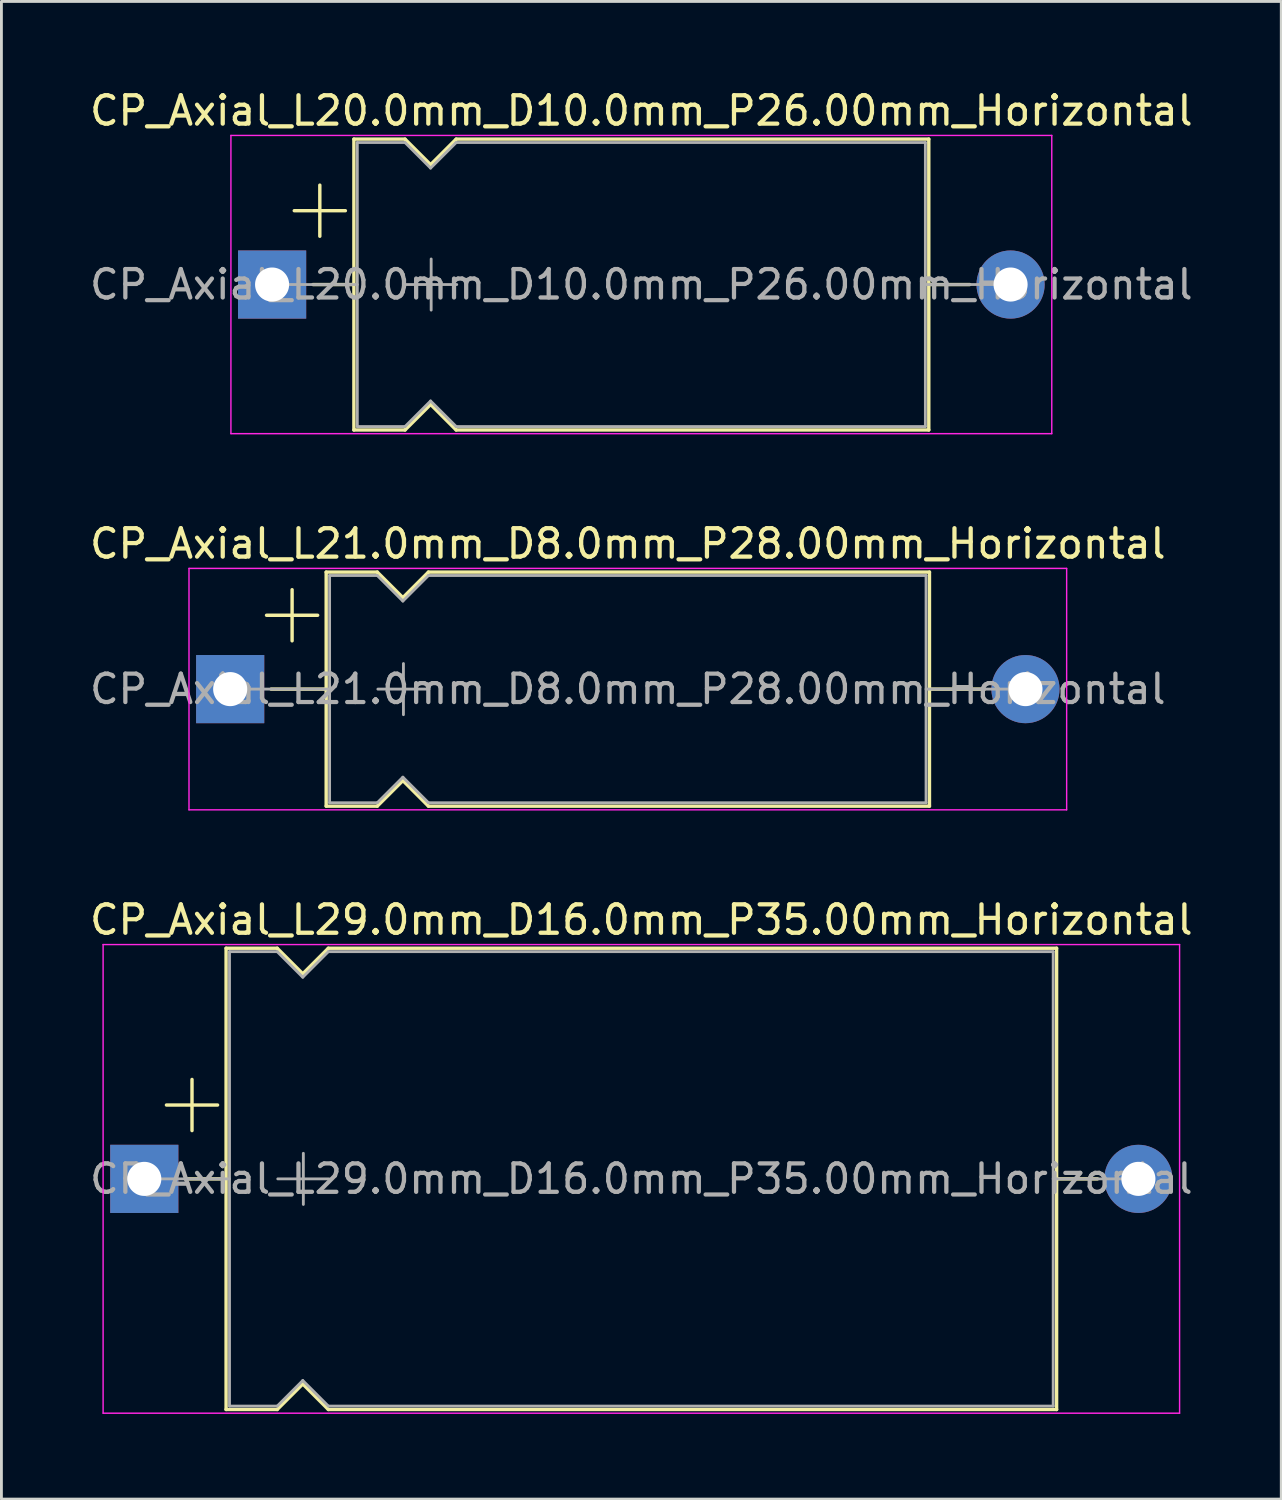
<source format=kicad_pcb>
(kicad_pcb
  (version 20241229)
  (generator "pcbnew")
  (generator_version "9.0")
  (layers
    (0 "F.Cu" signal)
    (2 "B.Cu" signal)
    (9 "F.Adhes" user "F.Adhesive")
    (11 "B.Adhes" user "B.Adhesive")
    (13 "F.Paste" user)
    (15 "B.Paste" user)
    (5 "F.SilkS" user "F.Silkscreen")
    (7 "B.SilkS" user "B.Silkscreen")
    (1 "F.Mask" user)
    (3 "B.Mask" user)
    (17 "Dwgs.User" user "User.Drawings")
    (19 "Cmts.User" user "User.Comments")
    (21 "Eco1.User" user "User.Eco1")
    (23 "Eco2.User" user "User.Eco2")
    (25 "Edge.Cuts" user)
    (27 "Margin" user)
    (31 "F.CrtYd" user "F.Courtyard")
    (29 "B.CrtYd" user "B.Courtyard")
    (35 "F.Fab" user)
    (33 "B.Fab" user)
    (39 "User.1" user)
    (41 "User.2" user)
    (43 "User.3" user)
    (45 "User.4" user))
  (footprint "CP_Axial_L21.0mm_D8.0mm_P28.00mm_Horizontal"
    (layer "F.Cu")
    (at 5.054 21.212)
    (property "Reference" "CP_Axial_L21.0mm_D8.0mm_P28.00mm_Horizontal" (at 14 -5.12 0) (layer "F.SilkS") (effects (font (size 1 1) (thickness 0.15))))
    (attr through_hole)
    (fp_line (start 1.28 -2.6) (end 3.08 -2.6) (stroke (width 0.12) (type solid)) (layer "F.SilkS"))
    (fp_line (start 1.44 0) (end 3.38 0) (stroke (width 0.12) (type solid)) (layer "F.SilkS"))
    (fp_line (start 2.18 -3.5) (end 2.18 -1.7) (stroke (width 0.12) (type solid)) (layer "F.SilkS"))
    (fp_line (start 3.38 -4.12) (end 3.38 4.12) (stroke (width 0.12) (type solid)) (layer "F.SilkS"))
    (fp_line (start 3.38 -4.12) (end 5.18 -4.12) (stroke (width 0.12) (type solid)) (layer "F.SilkS"))
    (fp_line (start 3.38 4.12) (end 5.18 4.12) (stroke (width 0.12) (type solid)) (layer "F.SilkS"))
    (fp_line (start 5.18 -4.12) (end 6.08 -3.22) (stroke (width 0.12) (type solid)) (layer "F.SilkS"))
    (fp_line (start 5.18 4.12) (end 6.08 3.22) (stroke (width 0.12) (type solid)) (layer "F.SilkS"))
    (fp_line (start 6.08 -3.22) (end 6.98 -4.12) (stroke (width 0.12) (type solid)) (layer "F.SilkS"))
    (fp_line (start 6.08 3.22) (end 6.98 4.12) (stroke (width 0.12) (type solid)) (layer "F.SilkS"))
    (fp_line (start 6.98 -4.12) (end 24.62 -4.12) (stroke (width 0.12) (type solid)) (layer "F.SilkS"))
    (fp_line (start 6.98 4.12) (end 24.62 4.12) (stroke (width 0.12) (type solid)) (layer "F.SilkS"))
    (fp_line (start 24.62 -4.12) (end 24.62 4.12) (stroke (width 0.12) (type solid)) (layer "F.SilkS"))
    (fp_line (start 26.56 0) (end 24.62 0) (stroke (width 0.12) (type solid)) (layer "F.SilkS"))
    (fp_line (start -1.45 -4.25) (end -1.45 4.25) (stroke (width 0.05) (type solid)) (layer "F.CrtYd"))
    (fp_line (start -1.45 4.25) (end 29.45 4.25) (stroke (width 0.05) (type solid)) (layer "F.CrtYd"))
    (fp_line (start 29.45 -4.25) (end -1.45 -4.25) (stroke (width 0.05) (type solid)) (layer "F.CrtYd"))
    (fp_line (start 29.45 4.25) (end 29.45 -4.25) (stroke (width 0.05) (type solid)) (layer "F.CrtYd"))
    (fp_line (start 0 0) (end 3.5 0) (stroke (width 0.1) (type solid)) (layer "F.Fab"))
    (fp_line (start 3.5 -4) (end 3.5 4) (stroke (width 0.1) (type solid)) (layer "F.Fab"))
    (fp_line (start 3.5 -4) (end 5.18 -4) (stroke (width 0.1) (type solid)) (layer "F.Fab"))
    (fp_line (start 3.5 4) (end 5.18 4) (stroke (width 0.1) (type solid)) (layer "F.Fab"))
    (fp_line (start 5.18 -4) (end 6.08 -3.1) (stroke (width 0.1) (type solid)) (layer "F.Fab"))
    (fp_line (start 5.18 4) (end 6.08 3.1) (stroke (width 0.1) (type solid)) (layer "F.Fab"))
    (fp_line (start 5.2 0) (end 7 0) (stroke (width 0.1) (type solid)) (layer "F.Fab"))
    (fp_line (start 6.08 -3.1) (end 6.98 -4) (stroke (width 0.1) (type solid)) (layer "F.Fab"))
    (fp_line (start 6.08 3.1) (end 6.98 4) (stroke (width 0.1) (type solid)) (layer "F.Fab"))
    (fp_line (start 6.1 -0.9) (end 6.1 0.9) (stroke (width 0.1) (type solid)) (layer "F.Fab"))
    (fp_line (start 6.98 -4) (end 24.5 -4) (stroke (width 0.1) (type solid)) (layer "F.Fab"))
    (fp_line (start 6.98 4) (end 24.5 4) (stroke (width 0.1) (type solid)) (layer "F.Fab"))
    (fp_line (start 24.5 -4) (end 24.5 4) (stroke (width 0.1) (type solid)) (layer "F.Fab"))
    (fp_line (start 28 0) (end 24.5 0) (stroke (width 0.1) (type solid)) (layer "F.Fab"))
    (fp_text user "${REFERENCE}" (at 14 0 0) (layer "F.Fab") (effects (font (size 1 1) (thickness 0.15))))
    (pad "1" thru_hole rect (at 0 0) (size 2.4 2.4) (drill 1.2) (layers "*.Cu" "*.Mask"))
    (pad "2" thru_hole oval (at 28 0) (size 2.4 2.4) (drill 1.2) (layers "*.Cu" "*.Mask")))
  (footprint "CP_Axial_L29.0mm_D16.0mm_P35.00mm_Horizontal"
    (layer "F.Cu")
    (at 2.03 38.455)
    (property "Reference" "CP_Axial_L29.0mm_D16.0mm_P35.00mm_Horizontal" (at 17.5 -9.12 0) (layer "F.SilkS") (effects (font (size 1 1) (thickness 0.15))))
    (attr through_hole)
    (fp_line (start 0.78 -2.6) (end 2.58 -2.6) (stroke (width 0.12) (type solid)) (layer "F.SilkS"))
    (fp_line (start 1.44 0) (end 2.88 0) (stroke (width 0.12) (type solid)) (layer "F.SilkS"))
    (fp_line (start 1.68 -3.5) (end 1.68 -1.7) (stroke (width 0.12) (type solid)) (layer "F.SilkS"))
    (fp_line (start 2.88 -8.12) (end 2.88 8.12) (stroke (width 0.12) (type solid)) (layer "F.SilkS"))
    (fp_line (start 2.88 -8.12) (end 4.68 -8.12) (stroke (width 0.12) (type solid)) (layer "F.SilkS"))
    (fp_line (start 2.88 8.12) (end 4.68 8.12) (stroke (width 0.12) (type solid)) (layer "F.SilkS"))
    (fp_line (start 4.68 -8.12) (end 5.58 -7.22) (stroke (width 0.12) (type solid)) (layer "F.SilkS"))
    (fp_line (start 4.68 8.12) (end 5.58 7.22) (stroke (width 0.12) (type solid)) (layer "F.SilkS"))
    (fp_line (start 5.58 -7.22) (end 6.48 -8.12) (stroke (width 0.12) (type solid)) (layer "F.SilkS"))
    (fp_line (start 5.58 7.22) (end 6.48 8.12) (stroke (width 0.12) (type solid)) (layer "F.SilkS"))
    (fp_line (start 6.48 -8.12) (end 32.12 -8.12) (stroke (width 0.12) (type solid)) (layer "F.SilkS"))
    (fp_line (start 6.48 8.12) (end 32.12 8.12) (stroke (width 0.12) (type solid)) (layer "F.SilkS"))
    (fp_line (start 32.12 -8.12) (end 32.12 8.12) (stroke (width 0.12) (type solid)) (layer "F.SilkS"))
    (fp_line (start 33.56 0) (end 32.12 0) (stroke (width 0.12) (type solid)) (layer "F.SilkS"))
    (fp_line (start -1.45 -8.25) (end -1.45 8.25) (stroke (width 0.05) (type solid)) (layer "F.CrtYd"))
    (fp_line (start -1.45 8.25) (end 36.45 8.25) (stroke (width 0.05) (type solid)) (layer "F.CrtYd"))
    (fp_line (start 36.45 -8.25) (end -1.45 -8.25) (stroke (width 0.05) (type solid)) (layer "F.CrtYd"))
    (fp_line (start 36.45 8.25) (end 36.45 -8.25) (stroke (width 0.05) (type solid)) (layer "F.CrtYd"))
    (fp_line (start 0 0) (end 3 0) (stroke (width 0.1) (type solid)) (layer "F.Fab"))
    (fp_line (start 3 -8) (end 3 8) (stroke (width 0.1) (type solid)) (layer "F.Fab"))
    (fp_line (start 3 -8) (end 4.68 -8) (stroke (width 0.1) (type solid)) (layer "F.Fab"))
    (fp_line (start 3 8) (end 4.68 8) (stroke (width 0.1) (type solid)) (layer "F.Fab"))
    (fp_line (start 4.68 -8) (end 5.58 -7.1) (stroke (width 0.1) (type solid)) (layer "F.Fab"))
    (fp_line (start 4.68 8) (end 5.58 7.1) (stroke (width 0.1) (type solid)) (layer "F.Fab"))
    (fp_line (start 4.7 0) (end 6.5 0) (stroke (width 0.1) (type solid)) (layer "F.Fab"))
    (fp_line (start 5.58 -7.1) (end 6.48 -8) (stroke (width 0.1) (type solid)) (layer "F.Fab"))
    (fp_line (start 5.58 7.1) (end 6.48 8) (stroke (width 0.1) (type solid)) (layer "F.Fab"))
    (fp_line (start 5.6 -0.9) (end 5.6 0.9) (stroke (width 0.1) (type solid)) (layer "F.Fab"))
    (fp_line (start 6.48 -8) (end 32 -8) (stroke (width 0.1) (type solid)) (layer "F.Fab"))
    (fp_line (start 6.48 8) (end 32 8) (stroke (width 0.1) (type solid)) (layer "F.Fab"))
    (fp_line (start 32 -8) (end 32 8) (stroke (width 0.1) (type solid)) (layer "F.Fab"))
    (fp_line (start 35 0) (end 32 0) (stroke (width 0.1) (type solid)) (layer "F.Fab"))
    (fp_text user "${REFERENCE}" (at 17.5 0 0) (layer "F.Fab") (effects (font (size 1 1) (thickness 0.15))))
    (pad "1" thru_hole rect (at 0 0) (size 2.4 2.4) (drill 1.2) (layers "*.Cu" "*.Mask"))
    (pad "2" thru_hole oval (at 35 0) (size 2.4 2.4) (drill 1.2) (layers "*.Cu" "*.Mask")))
  (footprint "CP_Axial_L20.0mm_D10.0mm_P26.00mm_Horizontal"
    (layer "F.Cu")
    (at 6.53 6.968)
    (property "Reference" "CP_Axial_L20.0mm_D10.0mm_P26.00mm_Horizontal" (at 13 -6.12 0) (layer "F.SilkS") (effects (font (size 1 1) (thickness 0.15))))
    (attr through_hole)
    (fp_line (start 0.78 -2.6) (end 2.58 -2.6) (stroke (width 0.12) (type solid)) (layer "F.SilkS"))
    (fp_line (start 1.44 0) (end 2.88 0) (stroke (width 0.12) (type solid)) (layer "F.SilkS"))
    (fp_line (start 1.68 -3.5) (end 1.68 -1.7) (stroke (width 0.12) (type solid)) (layer "F.SilkS"))
    (fp_line (start 2.88 -5.12) (end 2.88 5.12) (stroke (width 0.12) (type solid)) (layer "F.SilkS"))
    (fp_line (start 2.88 -5.12) (end 4.68 -5.12) (stroke (width 0.12) (type solid)) (layer "F.SilkS"))
    (fp_line (start 2.88 5.12) (end 4.68 5.12) (stroke (width 0.12) (type solid)) (layer "F.SilkS"))
    (fp_line (start 4.68 -5.12) (end 5.58 -4.22) (stroke (width 0.12) (type solid)) (layer "F.SilkS"))
    (fp_line (start 4.68 5.12) (end 5.58 4.22) (stroke (width 0.12) (type solid)) (layer "F.SilkS"))
    (fp_line (start 5.58 -4.22) (end 6.48 -5.12) (stroke (width 0.12) (type solid)) (layer "F.SilkS"))
    (fp_line (start 5.58 4.22) (end 6.48 5.12) (stroke (width 0.12) (type solid)) (layer "F.SilkS"))
    (fp_line (start 6.48 -5.12) (end 23.12 -5.12) (stroke (width 0.12) (type solid)) (layer "F.SilkS"))
    (fp_line (start 6.48 5.12) (end 23.12 5.12) (stroke (width 0.12) (type solid)) (layer "F.SilkS"))
    (fp_line (start 23.12 -5.12) (end 23.12 5.12) (stroke (width 0.12) (type solid)) (layer "F.SilkS"))
    (fp_line (start 24.56 0) (end 23.12 0) (stroke (width 0.12) (type solid)) (layer "F.SilkS"))
    (fp_line (start -1.45 -5.25) (end -1.45 5.25) (stroke (width 0.05) (type solid)) (layer "F.CrtYd"))
    (fp_line (start -1.45 5.25) (end 27.45 5.25) (stroke (width 0.05) (type solid)) (layer "F.CrtYd"))
    (fp_line (start 27.45 -5.25) (end -1.45 -5.25) (stroke (width 0.05) (type solid)) (layer "F.CrtYd"))
    (fp_line (start 27.45 5.25) (end 27.45 -5.25) (stroke (width 0.05) (type solid)) (layer "F.CrtYd"))
    (fp_line (start 0 0) (end 3 0) (stroke (width 0.1) (type solid)) (layer "F.Fab"))
    (fp_line (start 3 -5) (end 3 5) (stroke (width 0.1) (type solid)) (layer "F.Fab"))
    (fp_line (start 3 -5) (end 4.68 -5) (stroke (width 0.1) (type solid)) (layer "F.Fab"))
    (fp_line (start 3 5) (end 4.68 5) (stroke (width 0.1) (type solid)) (layer "F.Fab"))
    (fp_line (start 4.68 -5) (end 5.58 -4.1) (stroke (width 0.1) (type solid)) (layer "F.Fab"))
    (fp_line (start 4.68 5) (end 5.58 4.1) (stroke (width 0.1) (type solid)) (layer "F.Fab"))
    (fp_line (start 4.7 0) (end 6.5 0) (stroke (width 0.1) (type solid)) (layer "F.Fab"))
    (fp_line (start 5.58 -4.1) (end 6.48 -5) (stroke (width 0.1) (type solid)) (layer "F.Fab"))
    (fp_line (start 5.58 4.1) (end 6.48 5) (stroke (width 0.1) (type solid)) (layer "F.Fab"))
    (fp_line (start 5.6 -0.9) (end 5.6 0.9) (stroke (width 0.1) (type solid)) (layer "F.Fab"))
    (fp_line (start 6.48 -5) (end 23 -5) (stroke (width 0.1) (type solid)) (layer "F.Fab"))
    (fp_line (start 6.48 5) (end 23 5) (stroke (width 0.1) (type solid)) (layer "F.Fab"))
    (fp_line (start 23 -5) (end 23 5) (stroke (width 0.1) (type solid)) (layer "F.Fab"))
    (fp_line (start 26 0) (end 23 0) (stroke (width 0.1) (type solid)) (layer "F.Fab"))
    (fp_text user "${REFERENCE}" (at 13 0 0) (layer "F.Fab") (effects (font (size 1 1) (thickness 0.15))))
    (pad "1" thru_hole rect (at 0 0) (size 2.4 2.4) (drill 1.2) (layers "*.Cu" "*.Mask"))
    (pad "2" thru_hole oval (at 26 0) (size 2.4 2.4) (drill 1.2) (layers "*.Cu" "*.Mask")))
  (gr_rect
    (start -3 -3)
    (end 42.06 49.73)
    (stroke (width 0.1) (type default))
    (fill no)
    (layer "Edge.Cuts")))
</source>
